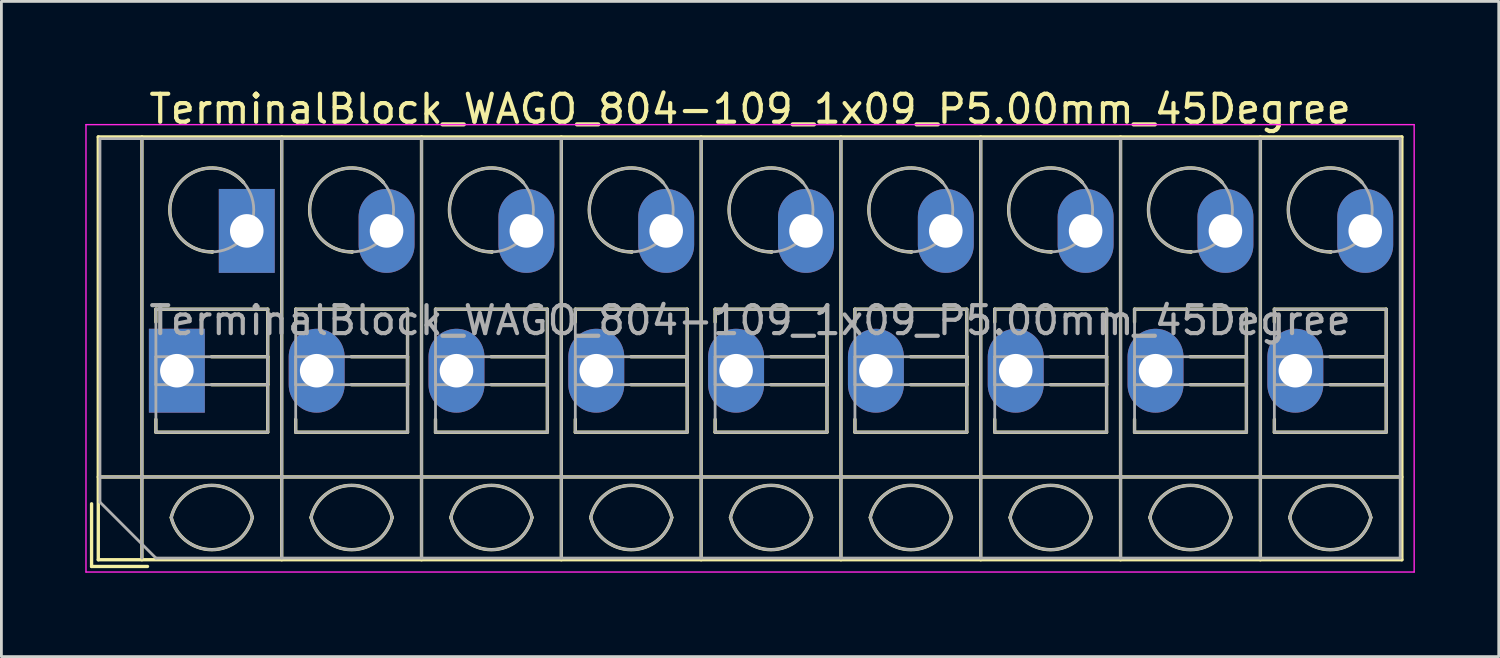
<source format=kicad_pcb>
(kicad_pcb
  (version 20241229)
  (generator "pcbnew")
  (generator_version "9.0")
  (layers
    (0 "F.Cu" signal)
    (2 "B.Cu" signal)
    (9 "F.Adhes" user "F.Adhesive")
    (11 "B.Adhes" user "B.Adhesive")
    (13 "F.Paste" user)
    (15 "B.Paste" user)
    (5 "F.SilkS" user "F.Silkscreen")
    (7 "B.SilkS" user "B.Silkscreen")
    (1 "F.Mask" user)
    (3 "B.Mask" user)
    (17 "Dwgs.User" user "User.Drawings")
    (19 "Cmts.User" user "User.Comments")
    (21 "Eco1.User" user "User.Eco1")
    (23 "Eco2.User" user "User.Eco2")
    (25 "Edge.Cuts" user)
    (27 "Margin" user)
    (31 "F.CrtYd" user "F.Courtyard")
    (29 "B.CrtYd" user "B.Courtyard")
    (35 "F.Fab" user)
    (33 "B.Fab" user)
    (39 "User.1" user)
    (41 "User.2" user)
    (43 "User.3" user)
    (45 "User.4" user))
  (footprint "TerminalBlock_WAGO_804-109_1x09_P5.00mm_45Degree"
    (layer "F.Cu")
    (at 3.275 10.208)
    (property "Reference" "TerminalBlock_WAGO_804-109_1x09_P5.00mm_45Degree" (at 20.5 -9.36 0) (layer "F.SilkS") (effects (font (size 1 1) (thickness 0.15))))
    (attr through_hole)
    (fp_line (start -3.05 4.76) (end -3.05 7) (stroke (width 0.12) (type solid)) (layer "F.SilkS"))
    (fp_line (start -3.05 7) (end -1.05 7) (stroke (width 0.12) (type solid)) (layer "F.SilkS"))
    (fp_line (start -2.81 -8.361) (end -2.81 6.76) (stroke (width 0.12) (type solid)) (layer "F.SilkS"))
    (fp_line (start -2.81 -8.361) (end 43.81 -8.361) (stroke (width 0.12) (type solid)) (layer "F.SilkS"))
    (fp_line (start -2.81 3.8) (end 43.81 3.8) (stroke (width 0.12) (type solid)) (layer "F.SilkS"))
    (fp_line (start -2.81 6.76) (end 43.81 6.76) (stroke (width 0.12) (type solid)) (layer "F.SilkS"))
    (fp_line (start -1.25 -8.361) (end -1.25 6.76) (stroke (width 0.12) (type solid)) (layer "F.SilkS"))
    (fp_line (start -0.75 -2.2) (end -0.75 -1.74) (stroke (width 0.12) (type solid)) (layer "F.SilkS"))
    (fp_line (start -0.75 -2.2) (end 3.25 -2.2) (stroke (width 0.12) (type solid)) (layer "F.SilkS"))
    (fp_line (start -0.75 1.74) (end -0.75 2.2) (stroke (width 0.12) (type solid)) (layer "F.SilkS"))
    (fp_line (start -0.75 2.2) (end 3.25 2.2) (stroke (width 0.12) (type solid)) (layer "F.SilkS"))
    (fp_line (start 1.24 -0.5) (end 3.25 -0.5) (stroke (width 0.12) (type solid)) (layer "F.SilkS"))
    (fp_line (start 1.24 0.5) (end 3.25 0.5) (stroke (width 0.12) (type solid)) (layer "F.SilkS"))
    (fp_line (start 3.25 -2.2) (end 3.25 2.2) (stroke (width 0.12) (type solid)) (layer "F.SilkS"))
    (fp_line (start 3.25 -0.5) (end 3.25 0.5) (stroke (width 0.12) (type solid)) (layer "F.SilkS"))
    (fp_line (start 3.75 -8.361) (end 3.75 6.76) (stroke (width 0.12) (type solid)) (layer "F.SilkS"))
    (fp_line (start 4.25 -2.2) (end 4.25 -1.74) (stroke (width 0.12) (type solid)) (layer "F.SilkS"))
    (fp_line (start 4.25 -2.2) (end 8.25 -2.2) (stroke (width 0.12) (type solid)) (layer "F.SilkS"))
    (fp_line (start 4.25 1.74) (end 4.25 2.2) (stroke (width 0.12) (type solid)) (layer "F.SilkS"))
    (fp_line (start 4.25 2.2) (end 8.25 2.2) (stroke (width 0.12) (type solid)) (layer "F.SilkS"))
    (fp_line (start 6.24 -0.5) (end 8.25 -0.5) (stroke (width 0.12) (type solid)) (layer "F.SilkS"))
    (fp_line (start 6.24 0.5) (end 8.25 0.5) (stroke (width 0.12) (type solid)) (layer "F.SilkS"))
    (fp_line (start 8.25 -2.2) (end 8.25 2.2) (stroke (width 0.12) (type solid)) (layer "F.SilkS"))
    (fp_line (start 8.25 -0.5) (end 8.25 0.5) (stroke (width 0.12) (type solid)) (layer "F.SilkS"))
    (fp_line (start 8.75 -8.361) (end 8.75 6.76) (stroke (width 0.12) (type solid)) (layer "F.SilkS"))
    (fp_line (start 9.25 -2.2) (end 9.25 -1.74) (stroke (width 0.12) (type solid)) (layer "F.SilkS"))
    (fp_line (start 9.25 -2.2) (end 13.25 -2.2) (stroke (width 0.12) (type solid)) (layer "F.SilkS"))
    (fp_line (start 9.25 1.74) (end 9.25 2.2) (stroke (width 0.12) (type solid)) (layer "F.SilkS"))
    (fp_line (start 9.25 2.2) (end 13.25 2.2) (stroke (width 0.12) (type solid)) (layer "F.SilkS"))
    (fp_line (start 11.24 -0.5) (end 13.25 -0.5) (stroke (width 0.12) (type solid)) (layer "F.SilkS"))
    (fp_line (start 11.24 0.5) (end 13.25 0.5) (stroke (width 0.12) (type solid)) (layer "F.SilkS"))
    (fp_line (start 13.25 -2.2) (end 13.25 2.2) (stroke (width 0.12) (type solid)) (layer "F.SilkS"))
    (fp_line (start 13.25 -0.5) (end 13.25 0.5) (stroke (width 0.12) (type solid)) (layer "F.SilkS"))
    (fp_line (start 13.75 -8.361) (end 13.75 6.76) (stroke (width 0.12) (type solid)) (layer "F.SilkS"))
    (fp_line (start 14.25 -2.2) (end 14.25 -1.74) (stroke (width 0.12) (type solid)) (layer "F.SilkS"))
    (fp_line (start 14.25 -2.2) (end 18.25 -2.2) (stroke (width 0.12) (type solid)) (layer "F.SilkS"))
    (fp_line (start 14.25 1.74) (end 14.25 2.2) (stroke (width 0.12) (type solid)) (layer "F.SilkS"))
    (fp_line (start 14.25 2.2) (end 18.25 2.2) (stroke (width 0.12) (type solid)) (layer "F.SilkS"))
    (fp_line (start 16.24 -0.5) (end 18.25 -0.5) (stroke (width 0.12) (type solid)) (layer "F.SilkS"))
    (fp_line (start 16.24 0.5) (end 18.25 0.5) (stroke (width 0.12) (type solid)) (layer "F.SilkS"))
    (fp_line (start 18.25 -2.2) (end 18.25 2.2) (stroke (width 0.12) (type solid)) (layer "F.SilkS"))
    (fp_line (start 18.25 -0.5) (end 18.25 0.5) (stroke (width 0.12) (type solid)) (layer "F.SilkS"))
    (fp_line (start 18.75 -8.361) (end 18.75 6.76) (stroke (width 0.12) (type solid)) (layer "F.SilkS"))
    (fp_line (start 19.25 -2.2) (end 19.25 -1.74) (stroke (width 0.12) (type solid)) (layer "F.SilkS"))
    (fp_line (start 19.25 -2.2) (end 23.25 -2.2) (stroke (width 0.12) (type solid)) (layer "F.SilkS"))
    (fp_line (start 19.25 1.74) (end 19.25 2.2) (stroke (width 0.12) (type solid)) (layer "F.SilkS"))
    (fp_line (start 19.25 2.2) (end 23.25 2.2) (stroke (width 0.12) (type solid)) (layer "F.SilkS"))
    (fp_line (start 21.24 -0.5) (end 23.25 -0.5) (stroke (width 0.12) (type solid)) (layer "F.SilkS"))
    (fp_line (start 21.24 0.5) (end 23.25 0.5) (stroke (width 0.12) (type solid)) (layer "F.SilkS"))
    (fp_line (start 23.25 -2.2) (end 23.25 2.2) (stroke (width 0.12) (type solid)) (layer "F.SilkS"))
    (fp_line (start 23.25 -0.5) (end 23.25 0.5) (stroke (width 0.12) (type solid)) (layer "F.SilkS"))
    (fp_line (start 23.75 -8.361) (end 23.75 6.76) (stroke (width 0.12) (type solid)) (layer "F.SilkS"))
    (fp_line (start 24.25 -2.2) (end 24.25 -1.74) (stroke (width 0.12) (type solid)) (layer "F.SilkS"))
    (fp_line (start 24.25 -2.2) (end 28.25 -2.2) (stroke (width 0.12) (type solid)) (layer "F.SilkS"))
    (fp_line (start 24.25 1.74) (end 24.25 2.2) (stroke (width 0.12) (type solid)) (layer "F.SilkS"))
    (fp_line (start 24.25 2.2) (end 28.25 2.2) (stroke (width 0.12) (type solid)) (layer "F.SilkS"))
    (fp_line (start 26.24 -0.5) (end 28.25 -0.5) (stroke (width 0.12) (type solid)) (layer "F.SilkS"))
    (fp_line (start 26.24 0.5) (end 28.25 0.5) (stroke (width 0.12) (type solid)) (layer "F.SilkS"))
    (fp_line (start 28.25 -2.2) (end 28.25 2.2) (stroke (width 0.12) (type solid)) (layer "F.SilkS"))
    (fp_line (start 28.25 -0.5) (end 28.25 0.5) (stroke (width 0.12) (type solid)) (layer "F.SilkS"))
    (fp_line (start 28.75 -8.361) (end 28.75 6.76) (stroke (width 0.12) (type solid)) (layer "F.SilkS"))
    (fp_line (start 29.25 -2.2) (end 29.25 -1.74) (stroke (width 0.12) (type solid)) (layer "F.SilkS"))
    (fp_line (start 29.25 -2.2) (end 33.25 -2.2) (stroke (width 0.12) (type solid)) (layer "F.SilkS"))
    (fp_line (start 29.25 1.74) (end 29.25 2.2) (stroke (width 0.12) (type solid)) (layer "F.SilkS"))
    (fp_line (start 29.25 2.2) (end 33.25 2.2) (stroke (width 0.12) (type solid)) (layer "F.SilkS"))
    (fp_line (start 31.24 -0.5) (end 33.25 -0.5) (stroke (width 0.12) (type solid)) (layer "F.SilkS"))
    (fp_line (start 31.24 0.5) (end 33.25 0.5) (stroke (width 0.12) (type solid)) (layer "F.SilkS"))
    (fp_line (start 33.25 -2.2) (end 33.25 2.2) (stroke (width 0.12) (type solid)) (layer "F.SilkS"))
    (fp_line (start 33.25 -0.5) (end 33.25 0.5) (stroke (width 0.12) (type solid)) (layer "F.SilkS"))
    (fp_line (start 33.75 -8.361) (end 33.75 6.76) (stroke (width 0.12) (type solid)) (layer "F.SilkS"))
    (fp_line (start 34.25 -2.2) (end 34.25 -1.74) (stroke (width 0.12) (type solid)) (layer "F.SilkS"))
    (fp_line (start 34.25 -2.2) (end 38.25 -2.2) (stroke (width 0.12) (type solid)) (layer "F.SilkS"))
    (fp_line (start 34.25 1.74) (end 34.25 2.2) (stroke (width 0.12) (type solid)) (layer "F.SilkS"))
    (fp_line (start 34.25 2.2) (end 38.25 2.2) (stroke (width 0.12) (type solid)) (layer "F.SilkS"))
    (fp_line (start 36.24 -0.5) (end 38.25 -0.5) (stroke (width 0.12) (type solid)) (layer "F.SilkS"))
    (fp_line (start 36.24 0.5) (end 38.25 0.5) (stroke (width 0.12) (type solid)) (layer "F.SilkS"))
    (fp_line (start 38.25 -2.2) (end 38.25 2.2) (stroke (width 0.12) (type solid)) (layer "F.SilkS"))
    (fp_line (start 38.25 -0.5) (end 38.25 0.5) (stroke (width 0.12) (type solid)) (layer "F.SilkS"))
    (fp_line (start 38.75 -8.361) (end 38.75 6.76) (stroke (width 0.12) (type solid)) (layer "F.SilkS"))
    (fp_line (start 39.25 -2.2) (end 39.25 -1.74) (stroke (width 0.12) (type solid)) (layer "F.SilkS"))
    (fp_line (start 39.25 -2.2) (end 43.25 -2.2) (stroke (width 0.12) (type solid)) (layer "F.SilkS"))
    (fp_line (start 39.25 1.74) (end 39.25 2.2) (stroke (width 0.12) (type solid)) (layer "F.SilkS"))
    (fp_line (start 39.25 2.2) (end 43.25 2.2) (stroke (width 0.12) (type solid)) (layer "F.SilkS"))
    (fp_line (start 41.24 -0.5) (end 43.25 -0.5) (stroke (width 0.12) (type solid)) (layer "F.SilkS"))
    (fp_line (start 41.24 0.5) (end 43.25 0.5) (stroke (width 0.12) (type solid)) (layer "F.SilkS"))
    (fp_line (start 43.25 -2.2) (end 43.25 2.2) (stroke (width 0.12) (type solid)) (layer "F.SilkS"))
    (fp_line (start 43.25 -0.5) (end 43.25 0.5) (stroke (width 0.12) (type solid)) (layer "F.SilkS"))
    (fp_line (start 43.81 -8.361) (end 43.81 6.76) (stroke (width 0.12) (type solid)) (layer "F.SilkS"))
    (fp_arc (start -0.200865 5.250424) (mid 1.250296 4.099926) (end 2.701 5.251) (stroke (width 0.12) (type solid)) (layer "F.SilkS"))
    (fp_arc (start 1.276179 -4.250228) (mid 1.26309 -4.250057) (end 1.25 -4.25) (stroke (width 0.12) (type solid)) (layer "F.SilkS"))
    (fp_arc (start 1.276275 -4.248926) (mid -0.121539 -6.360568) (end 2.383 -6.735) (stroke (width 0.12) (type solid)) (layer "F.SilkS"))
    (fp_arc (start 2.7 5.25) (mid 1.250068 6.400101) (end -0.199969 5.250133) (stroke (width 0.12) (type solid)) (layer "F.SilkS"))
    (fp_arc (start 4.799135 5.250424) (mid 6.250296 4.099926) (end 7.701 5.251) (stroke (width 0.12) (type solid)) (layer "F.SilkS"))
    (fp_arc (start 6.276179 -4.250228) (mid 6.26309 -4.250057) (end 6.25 -4.25) (stroke (width 0.12) (type solid)) (layer "F.SilkS"))
    (fp_arc (start 6.276275 -4.248926) (mid 4.878461 -6.360568) (end 7.383 -6.735) (stroke (width 0.12) (type solid)) (layer "F.SilkS"))
    (fp_arc (start 7.7 5.25) (mid 6.250068 6.400101) (end 4.800031 5.250133) (stroke (width 0.12) (type solid)) (layer "F.SilkS"))
    (fp_arc (start 9.799135 5.250424) (mid 11.250296 4.099926) (end 12.701 5.251) (stroke (width 0.12) (type solid)) (layer "F.SilkS"))
    (fp_arc (start 11.276179 -4.250228) (mid 11.26309 -4.250057) (end 11.25 -4.25) (stroke (width 0.12) (type solid)) (layer "F.SilkS"))
    (fp_arc (start 11.276275 -4.248926) (mid 9.878461 -6.360568) (end 12.383 -6.735) (stroke (width 0.12) (type solid)) (layer "F.SilkS"))
    (fp_arc (start 12.7 5.25) (mid 11.250068 6.400101) (end 9.800031 5.250133) (stroke (width 0.12) (type solid)) (layer "F.SilkS"))
    (fp_arc (start 14.799135 5.250424) (mid 16.250296 4.099926) (end 17.701 5.251) (stroke (width 0.12) (type solid)) (layer "F.SilkS"))
    (fp_arc (start 16.276179 -4.250228) (mid 16.26309 -4.250057) (end 16.25 -4.25) (stroke (width 0.12) (type solid)) (layer "F.SilkS"))
    (fp_arc (start 16.276275 -4.248926) (mid 14.878461 -6.360568) (end 17.383 -6.735) (stroke (width 0.12) (type solid)) (layer "F.SilkS"))
    (fp_arc (start 17.7 5.25) (mid 16.250068 6.400101) (end 14.800031 5.250133) (stroke (width 0.12) (type solid)) (layer "F.SilkS"))
    (fp_arc (start 19.799135 5.250424) (mid 21.250296 4.099926) (end 22.701 5.251) (stroke (width 0.12) (type solid)) (layer "F.SilkS"))
    (fp_arc (start 21.276179 -4.250228) (mid 21.26309 -4.250057) (end 21.25 -4.25) (stroke (width 0.12) (type solid)) (layer "F.SilkS"))
    (fp_arc (start 21.276275 -4.248926) (mid 19.878461 -6.360568) (end 22.383 -6.735) (stroke (width 0.12) (type solid)) (layer "F.SilkS"))
    (fp_arc (start 22.7 5.25) (mid 21.250068 6.400101) (end 19.800031 5.250133) (stroke (width 0.12) (type solid)) (layer "F.SilkS"))
    (fp_arc (start 24.799135 5.250424) (mid 26.250296 4.099926) (end 27.701 5.251) (stroke (width 0.12) (type solid)) (layer "F.SilkS"))
    (fp_arc (start 26.276179 -4.250228) (mid 26.26309 -4.250057) (end 26.25 -4.25) (stroke (width 0.12) (type solid)) (layer "F.SilkS"))
    (fp_arc (start 26.276275 -4.248926) (mid 24.878461 -6.360568) (end 27.383 -6.735) (stroke (width 0.12) (type solid)) (layer "F.SilkS"))
    (fp_arc (start 27.7 5.25) (mid 26.250068 6.400101) (end 24.800031 5.250133) (stroke (width 0.12) (type solid)) (layer "F.SilkS"))
    (fp_arc (start 29.799135 5.250424) (mid 31.250296 4.099926) (end 32.701 5.251) (stroke (width 0.12) (type solid)) (layer "F.SilkS"))
    (fp_arc (start 31.276179 -4.250228) (mid 31.26309 -4.250057) (end 31.25 -4.25) (stroke (width 0.12) (type solid)) (layer "F.SilkS"))
    (fp_arc (start 31.276275 -4.248926) (mid 29.878461 -6.360568) (end 32.383 -6.735) (stroke (width 0.12) (type solid)) (layer "F.SilkS"))
    (fp_arc (start 32.701 5.25) (mid 31.250296 6.401074) (end 29.799135 5.250576) (stroke (width 0.12) (type solid)) (layer "F.SilkS"))
    (fp_arc (start 34.799135 5.250424) (mid 36.250296 4.099926) (end 37.701 5.251) (stroke (width 0.12) (type solid)) (layer "F.SilkS"))
    (fp_arc (start 36.276179 -4.250228) (mid 36.26309 -4.250057) (end 36.25 -4.25) (stroke (width 0.12) (type solid)) (layer "F.SilkS"))
    (fp_arc (start 36.276275 -4.248926) (mid 34.878461 -6.360568) (end 37.383 -6.735) (stroke (width 0.12) (type solid)) (layer "F.SilkS"))
    (fp_arc (start 37.7 5.25) (mid 36.250068 6.400101) (end 34.800031 5.250133) (stroke (width 0.12) (type solid)) (layer "F.SilkS"))
    (fp_arc (start 39.799135 5.250424) (mid 41.250296 4.099926) (end 42.701 5.251) (stroke (width 0.12) (type solid)) (layer "F.SilkS"))
    (fp_arc (start 41.276179 -4.250228) (mid 41.26309 -4.250057) (end 41.25 -4.25) (stroke (width 0.12) (type solid)) (layer "F.SilkS"))
    (fp_arc (start 41.276275 -4.248926) (mid 39.878461 -6.360568) (end 42.383 -6.735) (stroke (width 0.12) (type solid)) (layer "F.SilkS"))
    (fp_arc (start 42.7 5.25) (mid 41.250068 6.400101) (end 39.800031 5.250133) (stroke (width 0.12) (type solid)) (layer "F.SilkS"))
    (fp_line (start -3.25 -8.8) (end -3.25 7.2) (stroke (width 0.05) (type solid)) (layer "F.CrtYd"))
    (fp_line (start -3.25 7.2) (end 44.25 7.2) (stroke (width 0.05) (type solid)) (layer "F.CrtYd"))
    (fp_line (start 44.25 -8.8) (end -3.25 -8.8) (stroke (width 0.05) (type solid)) (layer "F.CrtYd"))
    (fp_line (start 44.25 7.2) (end 44.25 -8.8) (stroke (width 0.05) (type solid)) (layer "F.CrtYd"))
    (fp_line (start -2.75 -8.3) (end 43.75 -8.3) (stroke (width 0.1) (type solid)) (layer "F.Fab"))
    (fp_line (start -2.75 3.8) (end 43.75 3.8) (stroke (width 0.1) (type solid)) (layer "F.Fab"))
    (fp_line (start -2.75 4.7) (end -2.75 -8.3) (stroke (width 0.1) (type solid)) (layer "F.Fab"))
    (fp_line (start -1.25 -8.3) (end -1.25 6.7) (stroke (width 0.1) (type solid)) (layer "F.Fab"))
    (fp_line (start -0.75 -2.2) (end -0.75 2.2) (stroke (width 0.1) (type solid)) (layer "F.Fab"))
    (fp_line (start -0.75 -0.5) (end -0.75 0.5) (stroke (width 0.1) (type solid)) (layer "F.Fab"))
    (fp_line (start -0.75 0.5) (end 3.25 0.5) (stroke (width 0.1) (type solid)) (layer "F.Fab"))
    (fp_line (start -0.75 2.2) (end 3.25 2.2) (stroke (width 0.1) (type solid)) (layer "F.Fab"))
    (fp_line (start -0.75 6.7) (end -2.75 4.7) (stroke (width 0.1) (type solid)) (layer "F.Fab"))
    (fp_line (start 3.25 -2.2) (end -0.75 -2.2) (stroke (width 0.1) (type solid)) (layer "F.Fab"))
    (fp_line (start 3.25 -0.5) (end -0.75 -0.5) (stroke (width 0.1) (type solid)) (layer "F.Fab"))
    (fp_line (start 3.25 0.5) (end 3.25 -0.5) (stroke (width 0.1) (type solid)) (layer "F.Fab"))
    (fp_line (start 3.25 2.2) (end 3.25 -2.2) (stroke (width 0.1) (type solid)) (layer "F.Fab"))
    (fp_line (start 3.75 -8.3) (end 3.75 6.7) (stroke (width 0.1) (type solid)) (layer "F.Fab"))
    (fp_line (start 4.25 -2.2) (end 4.25 2.2) (stroke (width 0.1) (type solid)) (layer "F.Fab"))
    (fp_line (start 4.25 -0.5) (end 4.25 0.5) (stroke (width 0.1) (type solid)) (layer "F.Fab"))
    (fp_line (start 4.25 0.5) (end 8.25 0.5) (stroke (width 0.1) (type solid)) (layer "F.Fab"))
    (fp_line (start 4.25 2.2) (end 8.25 2.2) (stroke (width 0.1) (type solid)) (layer "F.Fab"))
    (fp_line (start 8.25 -2.2) (end 4.25 -2.2) (stroke (width 0.1) (type solid)) (layer "F.Fab"))
    (fp_line (start 8.25 -0.5) (end 4.25 -0.5) (stroke (width 0.1) (type solid)) (layer "F.Fab"))
    (fp_line (start 8.25 0.5) (end 8.25 -0.5) (stroke (width 0.1) (type solid)) (layer "F.Fab"))
    (fp_line (start 8.25 2.2) (end 8.25 -2.2) (stroke (width 0.1) (type solid)) (layer "F.Fab"))
    (fp_line (start 8.75 -8.3) (end 8.75 6.7) (stroke (width 0.1) (type solid)) (layer "F.Fab"))
    (fp_line (start 9.25 -2.2) (end 9.25 2.2) (stroke (width 0.1) (type solid)) (layer "F.Fab"))
    (fp_line (start 9.25 -0.5) (end 9.25 0.5) (stroke (width 0.1) (type solid)) (layer "F.Fab"))
    (fp_line (start 9.25 0.5) (end 13.25 0.5) (stroke (width 0.1) (type solid)) (layer "F.Fab"))
    (fp_line (start 9.25 2.2) (end 13.25 2.2) (stroke (width 0.1) (type solid)) (layer "F.Fab"))
    (fp_line (start 13.25 -2.2) (end 9.25 -2.2) (stroke (width 0.1) (type solid)) (layer "F.Fab"))
    (fp_line (start 13.25 -0.5) (end 9.25 -0.5) (stroke (width 0.1) (type solid)) (layer "F.Fab"))
    (fp_line (start 13.25 0.5) (end 13.25 -0.5) (stroke (width 0.1) (type solid)) (layer "F.Fab"))
    (fp_line (start 13.25 2.2) (end 13.25 -2.2) (stroke (width 0.1) (type solid)) (layer "F.Fab"))
    (fp_line (start 13.75 -8.3) (end 13.75 6.7) (stroke (width 0.1) (type solid)) (layer "F.Fab"))
    (fp_line (start 14.25 -2.2) (end 14.25 2.2) (stroke (width 0.1) (type solid)) (layer "F.Fab"))
    (fp_line (start 14.25 -0.5) (end 14.25 0.5) (stroke (width 0.1) (type solid)) (layer "F.Fab"))
    (fp_line (start 14.25 0.5) (end 18.25 0.5) (stroke (width 0.1) (type solid)) (layer "F.Fab"))
    (fp_line (start 14.25 2.2) (end 18.25 2.2) (stroke (width 0.1) (type solid)) (layer "F.Fab"))
    (fp_line (start 18.25 -2.2) (end 14.25 -2.2) (stroke (width 0.1) (type solid)) (layer "F.Fab"))
    (fp_line (start 18.25 -0.5) (end 14.25 -0.5) (stroke (width 0.1) (type solid)) (layer "F.Fab"))
    (fp_line (start 18.25 0.5) (end 18.25 -0.5) (stroke (width 0.1) (type solid)) (layer "F.Fab"))
    (fp_line (start 18.25 2.2) (end 18.25 -2.2) (stroke (width 0.1) (type solid)) (layer "F.Fab"))
    (fp_line (start 18.75 -8.3) (end 18.75 6.7) (stroke (width 0.1) (type solid)) (layer "F.Fab"))
    (fp_line (start 19.25 -2.2) (end 19.25 2.2) (stroke (width 0.1) (type solid)) (layer "F.Fab"))
    (fp_line (start 19.25 -0.5) (end 19.25 0.5) (stroke (width 0.1) (type solid)) (layer "F.Fab"))
    (fp_line (start 19.25 0.5) (end 23.25 0.5) (stroke (width 0.1) (type solid)) (layer "F.Fab"))
    (fp_line (start 19.25 2.2) (end 23.25 2.2) (stroke (width 0.1) (type solid)) (layer "F.Fab"))
    (fp_line (start 23.25 -2.2) (end 19.25 -2.2) (stroke (width 0.1) (type solid)) (layer "F.Fab"))
    (fp_line (start 23.25 -0.5) (end 19.25 -0.5) (stroke (width 0.1) (type solid)) (layer "F.Fab"))
    (fp_line (start 23.25 0.5) (end 23.25 -0.5) (stroke (width 0.1) (type solid)) (layer "F.Fab"))
    (fp_line (start 23.25 2.2) (end 23.25 -2.2) (stroke (width 0.1) (type solid)) (layer "F.Fab"))
    (fp_line (start 23.75 -8.3) (end 23.75 6.7) (stroke (width 0.1) (type solid)) (layer "F.Fab"))
    (fp_line (start 24.25 -2.2) (end 24.25 2.2) (stroke (width 0.1) (type solid)) (layer "F.Fab"))
    (fp_line (start 24.25 -0.5) (end 24.25 0.5) (stroke (width 0.1) (type solid)) (layer "F.Fab"))
    (fp_line (start 24.25 0.5) (end 28.25 0.5) (stroke (width 0.1) (type solid)) (layer "F.Fab"))
    (fp_line (start 24.25 2.2) (end 28.25 2.2) (stroke (width 0.1) (type solid)) (layer "F.Fab"))
    (fp_line (start 28.25 -2.2) (end 24.25 -2.2) (stroke (width 0.1) (type solid)) (layer "F.Fab"))
    (fp_line (start 28.25 -0.5) (end 24.25 -0.5) (stroke (width 0.1) (type solid)) (layer "F.Fab"))
    (fp_line (start 28.25 0.5) (end 28.25 -0.5) (stroke (width 0.1) (type solid)) (layer "F.Fab"))
    (fp_line (start 28.25 2.2) (end 28.25 -2.2) (stroke (width 0.1) (type solid)) (layer "F.Fab"))
    (fp_line (start 28.75 -8.3) (end 28.75 6.7) (stroke (width 0.1) (type solid)) (layer "F.Fab"))
    (fp_line (start 29.25 -2.2) (end 29.25 2.2) (stroke (width 0.1) (type solid)) (layer "F.Fab"))
    (fp_line (start 29.25 -0.5) (end 29.25 0.5) (stroke (width 0.1) (type solid)) (layer "F.Fab"))
    (fp_line (start 29.25 0.5) (end 33.25 0.5) (stroke (width 0.1) (type solid)) (layer "F.Fab"))
    (fp_line (start 29.25 2.2) (end 33.25 2.2) (stroke (width 0.1) (type solid)) (layer "F.Fab"))
    (fp_line (start 33.25 -2.2) (end 29.25 -2.2) (stroke (width 0.1) (type solid)) (layer "F.Fab"))
    (fp_line (start 33.25 -0.5) (end 29.25 -0.5) (stroke (width 0.1) (type solid)) (layer "F.Fab"))
    (fp_line (start 33.25 0.5) (end 33.25 -0.5) (stroke (width 0.1) (type solid)) (layer "F.Fab"))
    (fp_line (start 33.25 2.2) (end 33.25 -2.2) (stroke (width 0.1) (type solid)) (layer "F.Fab"))
    (fp_line (start 33.75 -8.3) (end 33.75 6.7) (stroke (width 0.1) (type solid)) (layer "F.Fab"))
    (fp_line (start 34.25 -2.2) (end 34.25 2.2) (stroke (width 0.1) (type solid)) (layer "F.Fab"))
    (fp_line (start 34.25 -0.5) (end 34.25 0.5) (stroke (width 0.1) (type solid)) (layer "F.Fab"))
    (fp_line (start 34.25 0.5) (end 38.25 0.5) (stroke (width 0.1) (type solid)) (layer "F.Fab"))
    (fp_line (start 34.25 2.2) (end 38.25 2.2) (stroke (width 0.1) (type solid)) (layer "F.Fab"))
    (fp_line (start 38.25 -2.2) (end 34.25 -2.2) (stroke (width 0.1) (type solid)) (layer "F.Fab"))
    (fp_line (start 38.25 -0.5) (end 34.25 -0.5) (stroke (width 0.1) (type solid)) (layer "F.Fab"))
    (fp_line (start 38.25 0.5) (end 38.25 -0.5) (stroke (width 0.1) (type solid)) (layer "F.Fab"))
    (fp_line (start 38.25 2.2) (end 38.25 -2.2) (stroke (width 0.1) (type solid)) (layer "F.Fab"))
    (fp_line (start 38.75 -8.3) (end 38.75 6.7) (stroke (width 0.1) (type solid)) (layer "F.Fab"))
    (fp_line (start 39.25 -2.2) (end 39.25 2.2) (stroke (width 0.1) (type solid)) (layer "F.Fab"))
    (fp_line (start 39.25 -0.5) (end 39.25 0.5) (stroke (width 0.1) (type solid)) (layer "F.Fab"))
    (fp_line (start 39.25 0.5) (end 43.25 0.5) (stroke (width 0.1) (type solid)) (layer "F.Fab"))
    (fp_line (start 39.25 2.2) (end 43.25 2.2) (stroke (width 0.1) (type solid)) (layer "F.Fab"))
    (fp_line (start 43.25 -2.2) (end 39.25 -2.2) (stroke (width 0.1) (type solid)) (layer "F.Fab"))
    (fp_line (start 43.25 -0.5) (end 39.25 -0.5) (stroke (width 0.1) (type solid)) (layer "F.Fab"))
    (fp_line (start 43.25 0.5) (end 43.25 -0.5) (stroke (width 0.1) (type solid)) (layer "F.Fab"))
    (fp_line (start 43.25 2.2) (end 43.25 -2.2) (stroke (width 0.1) (type solid)) (layer "F.Fab"))
    (fp_line (start 43.75 -8.3) (end 43.75 6.7) (stroke (width 0.1) (type solid)) (layer "F.Fab"))
    (fp_line (start 43.75 6.7) (end -0.75 6.7) (stroke (width 0.1) (type solid)) (layer "F.Fab"))
    (fp_arc (start -0.200865 5.250424) (mid 1.250296 4.099926) (end 2.701 5.251) (stroke (width 0.1) (type solid)) (layer "F.Fab"))
    (fp_arc (start 2.7 5.25) (mid 1.250068 6.400101) (end -0.199969 5.250133) (stroke (width 0.1) (type solid)) (layer "F.Fab"))
    (fp_arc (start 4.799135 5.250424) (mid 6.250296 4.099926) (end 7.701 5.251) (stroke (width 0.1) (type solid)) (layer "F.Fab"))
    (fp_arc (start 7.7 5.25) (mid 6.250068 6.400101) (end 4.800031 5.250133) (stroke (width 0.1) (type solid)) (layer "F.Fab"))
    (fp_arc (start 9.799135 5.250424) (mid 11.250296 4.099926) (end 12.701 5.251) (stroke (width 0.1) (type solid)) (layer "F.Fab"))
    (fp_arc (start 12.7 5.25) (mid 11.250068 6.400101) (end 9.800031 5.250133) (stroke (width 0.1) (type solid)) (layer "F.Fab"))
    (fp_arc (start 14.799135 5.250424) (mid 16.250296 4.099926) (end 17.701 5.251) (stroke (width 0.1) (type solid)) (layer "F.Fab"))
    (fp_arc (start 17.7 5.25) (mid 16.250068 6.400101) (end 14.800031 5.250133) (stroke (width 0.1) (type solid)) (layer "F.Fab"))
    (fp_arc (start 19.799135 5.250424) (mid 21.250296 4.099926) (end 22.701 5.251) (stroke (width 0.1) (type solid)) (layer "F.Fab"))
    (fp_arc (start 22.7 5.25) (mid 21.250068 6.400101) (end 19.800031 5.250133) (stroke (width 0.1) (type solid)) (layer "F.Fab"))
    (fp_arc (start 24.799135 5.250424) (mid 26.250296 4.099926) (end 27.701 5.251) (stroke (width 0.1) (type solid)) (layer "F.Fab"))
    (fp_arc (start 27.7 5.25) (mid 26.250068 6.400101) (end 24.800031 5.250133) (stroke (width 0.1) (type solid)) (layer "F.Fab"))
    (fp_arc (start 29.799135 5.250424) (mid 31.250296 4.099926) (end 32.701 5.251) (stroke (width 0.1) (type solid)) (layer "F.Fab"))
    (fp_arc (start 32.701 5.25) (mid 31.250296 6.401074) (end 29.799135 5.250576) (stroke (width 0.1) (type solid)) (layer "F.Fab"))
    (fp_arc (start 34.799135 5.250424) (mid 36.250296 4.099926) (end 37.701 5.251) (stroke (width 0.1) (type solid)) (layer "F.Fab"))
    (fp_arc (start 37.7 5.25) (mid 36.250068 6.400101) (end 34.800031 5.250133) (stroke (width 0.1) (type solid)) (layer "F.Fab"))
    (fp_arc (start 39.799135 5.250424) (mid 41.250296 4.099926) (end 42.701 5.251) (stroke (width 0.1) (type solid)) (layer "F.Fab"))
    (fp_arc (start 42.7 5.25) (mid 41.250068 6.400101) (end 39.800031 5.250133) (stroke (width 0.1) (type solid)) (layer "F.Fab"))
    (fp_circle (center 1.25 -5.75) (end 2.75 -5.75) (stroke (width 0.1) (type solid)) (fill no) (layer "F.Fab"))
    (fp_circle (center 6.25 -5.75) (end 7.75 -5.75) (stroke (width 0.1) (type solid)) (fill no) (layer "F.Fab"))
    (fp_circle (center 11.25 -5.75) (end 12.75 -5.75) (stroke (width 0.1) (type solid)) (fill no) (layer "F.Fab"))
    (fp_circle (center 16.25 -5.75) (end 17.75 -5.75) (stroke (width 0.1) (type solid)) (fill no) (layer "F.Fab"))
    (fp_circle (center 21.25 -5.75) (end 22.75 -5.75) (stroke (width 0.1) (type solid)) (fill no) (layer "F.Fab"))
    (fp_circle (center 26.25 -5.75) (end 27.75 -5.75) (stroke (width 0.1) (type solid)) (fill no) (layer "F.Fab"))
    (fp_circle (center 31.25 -5.75) (end 32.75 -5.75) (stroke (width 0.1) (type solid)) (fill no) (layer "F.Fab"))
    (fp_circle (center 36.25 -5.75) (end 37.75 -5.75) (stroke (width 0.1) (type solid)) (fill no) (layer "F.Fab"))
    (fp_circle (center 41.25 -5.75) (end 42.75 -5.75) (stroke (width 0.1) (type solid)) (fill no) (layer "F.Fab"))
    (fp_text user "${REFERENCE}" (at 20.5 -1.8 0) (layer "F.Fab") (effects (font (size 1 1) (thickness 0.15))))
    (pad "1" thru_hole rect (at 0 0) (size 2 3) (drill 1.2) (layers "*.Cu" "*.Mask"))
    (pad "1" thru_hole rect (at 2.5 -5) (size 2 3) (drill 1.2) (layers "*.Cu" "*.Mask"))
    (pad "2" thru_hole oval (at 5 0) (size 2 3) (drill 1.2) (layers "*.Cu" "*.Mask"))
    (pad "2" thru_hole oval (at 7.5 -5) (size 2 3) (drill 1.2) (layers "*.Cu" "*.Mask"))
    (pad "3" thru_hole oval (at 10 0) (size 2 3) (drill 1.2) (layers "*.Cu" "*.Mask"))
    (pad "3" thru_hole oval (at 12.5 -5) (size 2 3) (drill 1.2) (layers "*.Cu" "*.Mask"))
    (pad "4" thru_hole oval (at 15 0) (size 2 3) (drill 1.2) (layers "*.Cu" "*.Mask"))
    (pad "4" thru_hole oval (at 17.5 -5) (size 2 3) (drill 1.2) (layers "*.Cu" "*.Mask"))
    (pad "5" thru_hole oval (at 20 0) (size 2 3) (drill 1.2) (layers "*.Cu" "*.Mask"))
    (pad "5" thru_hole oval (at 22.5 -5) (size 2 3) (drill 1.2) (layers "*.Cu" "*.Mask"))
    (pad "6" thru_hole oval (at 25 0) (size 2 3) (drill 1.2) (layers "*.Cu" "*.Mask"))
    (pad "6" thru_hole oval (at 27.5 -5) (size 2 3) (drill 1.2) (layers "*.Cu" "*.Mask"))
    (pad "7" thru_hole oval (at 30 0) (size 2 3) (drill 1.2) (layers "*.Cu" "*.Mask"))
    (pad "7" thru_hole oval (at 32.5 -5) (size 2 3) (drill 1.2) (layers "*.Cu" "*.Mask"))
    (pad "8" thru_hole oval (at 35 0) (size 2 3) (drill 1.2) (layers "*.Cu" "*.Mask"))
    (pad "8" thru_hole oval (at 37.5 -5) (size 2 3) (drill 1.2) (layers "*.Cu" "*.Mask"))
    (pad "9" thru_hole oval (at 40 0) (size 2 3) (drill 1.2) (layers "*.Cu" "*.Mask"))
    (pad "9" thru_hole oval (at 42.5 -5) (size 2 3) (drill 1.2) (layers "*.Cu" "*.Mask")))
  (gr_rect
    (start -3 -3)
    (end 50.55 20.433)
    (stroke (width 0.1) (type default))
    (fill no)
    (layer "Edge.Cuts")))
</source>
